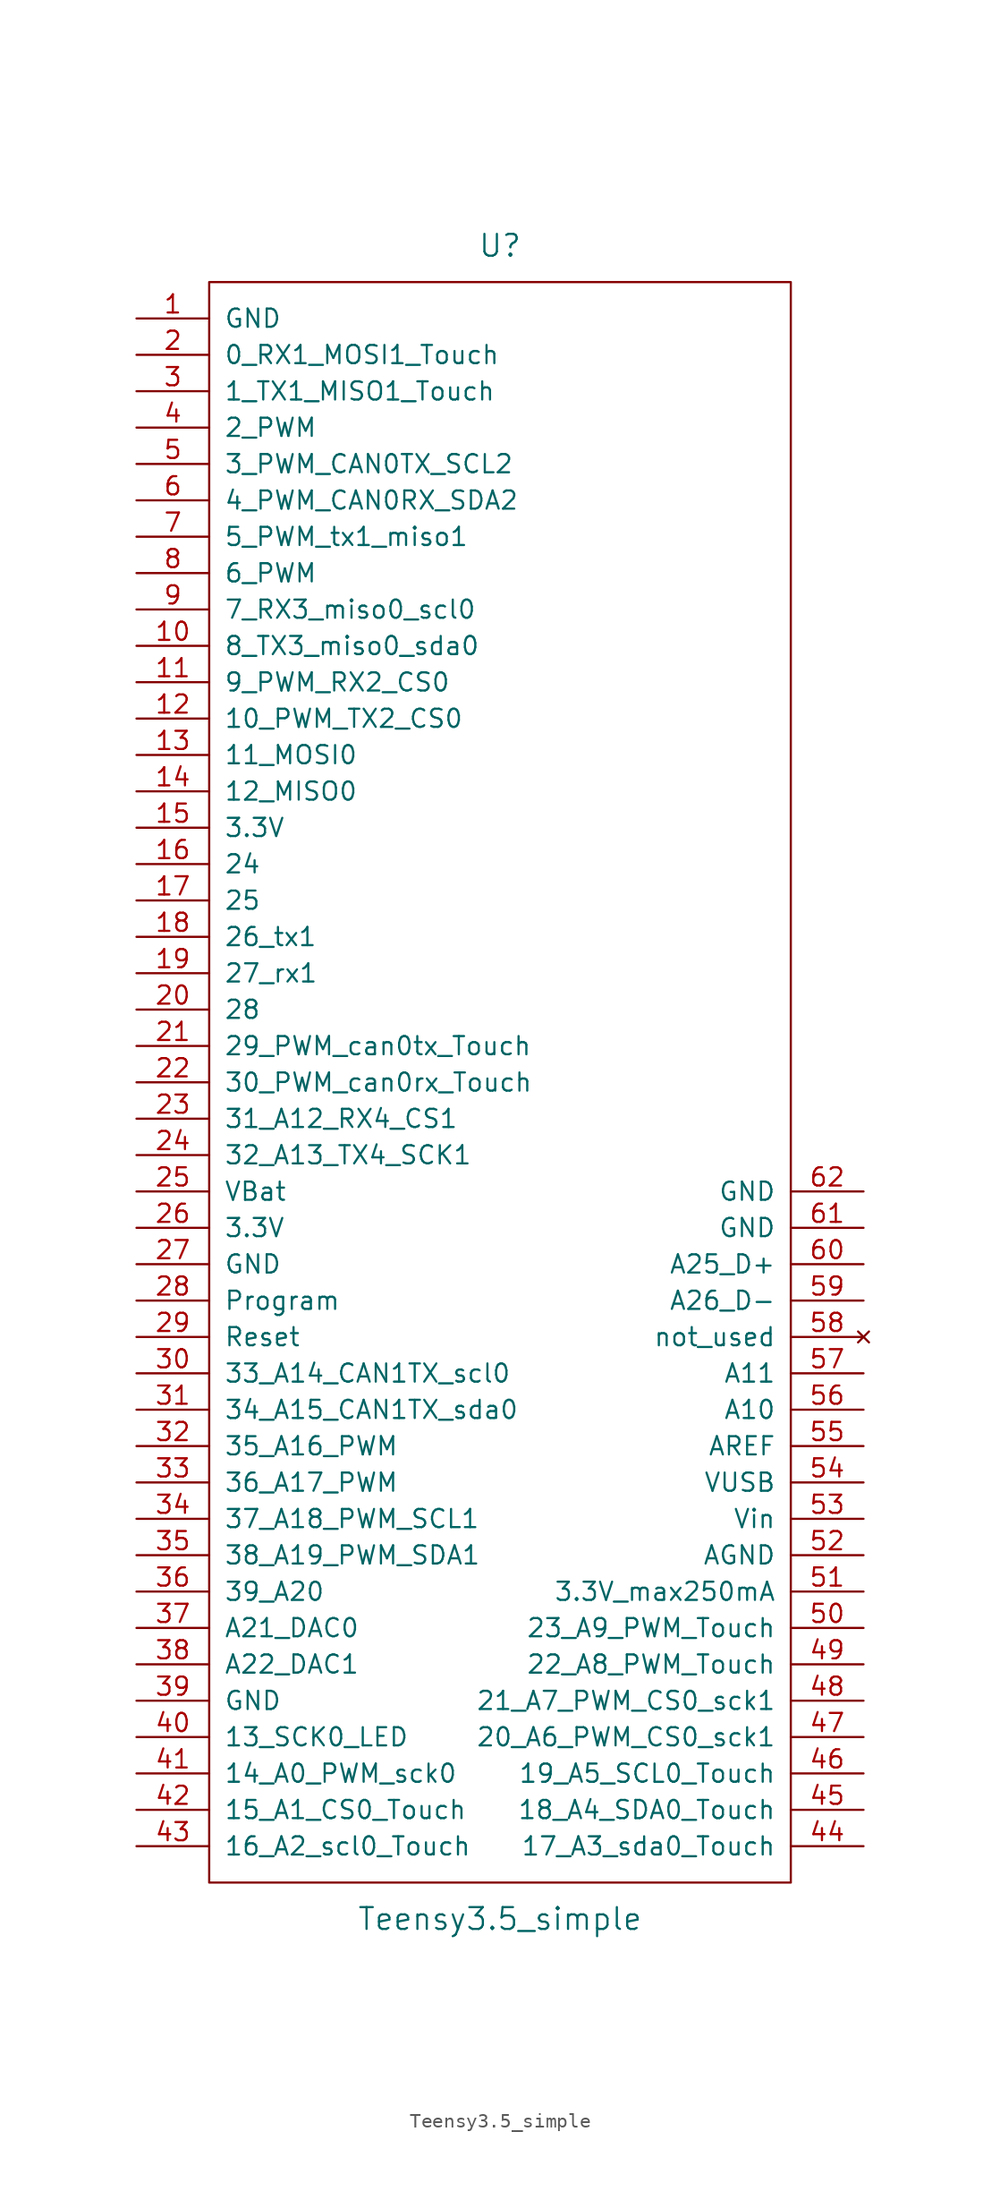
<source format=kicad_sym>
(kicad_symbol_lib
  (version 20231120)
  (generator "kicad_symbol_editor")
  (generator_version "8.0")
  (symbol "Teensy3.5_simple"
    (pin_names
      (offset 1.016))
    (property "Reference" "U"
      (at 0 58.42 0)
      (effects (font (size 1.524 1.524))))
    (property "Value" "Teensy3.5_simple"
      (at 0 -58.42 0)
      (effects (font (size 1.524 1.524))))
    (property "Footprint" ""
      (at 0 0 0)
      (effects (font (size 1.524 1.524))))
    (property "Datasheet" ""
      (at 0 0 0)
      (effects (font (size 1.524 1.524))))
    (symbol "Teensy3.5_simple_0_1"
      (rectangle (start -20.32 55.88) (end 20.32 -55.88) (stroke (width 0) (type default)) (fill (type none))))
    (symbol "Teensy3.5_simple_1_1"
      (pin power_in line (at -25.4 53.34 0) (length 5.08) (name "GND" (effects (font (size 1.27 1.27)))) (number "1" (effects (font (size 1.27 1.27)))))
      (pin bidirectional line (at -25.4 30.48 0) (length 5.08) (name "8_TX3_miso0_sda0" (effects (font (size 1.27 1.27)))) (number "10" (effects (font (size 1.27 1.27)))))
      (pin bidirectional line (at -25.4 27.94 0) (length 5.08) (name "9_PWM_RX2_CS0" (effects (font (size 1.27 1.27)))) (number "11" (effects (font (size 1.27 1.27)))))
      (pin bidirectional line (at -25.4 25.4 0) (length 5.08) (name "10_PWM_TX2_CS0" (effects (font (size 1.27 1.27)))) (number "12" (effects (font (size 1.27 1.27)))))
      (pin bidirectional line (at -25.4 22.86 0) (length 5.08) (name "11_MOSI0" (effects (font (size 1.27 1.27)))) (number "13" (effects (font (size 1.27 1.27)))))
      (pin bidirectional line (at -25.4 20.32 0) (length 5.08) (name "12_MISO0" (effects (font (size 1.27 1.27)))) (number "14" (effects (font (size 1.27 1.27)))))
      (pin power_in line (at -25.4 17.78 0) (length 5.08) (name "3.3V" (effects (font (size 1.27 1.27)))) (number "15" (effects (font (size 1.27 1.27)))))
      (pin bidirectional line (at -25.4 15.24 0) (length 5.08) (name "24" (effects (font (size 1.27 1.27)))) (number "16" (effects (font (size 1.27 1.27)))))
      (pin bidirectional line (at -25.4 12.7 0) (length 5.08) (name "25" (effects (font (size 1.27 1.27)))) (number "17" (effects (font (size 1.27 1.27)))))
      (pin bidirectional line (at -25.4 10.16 0) (length 5.08) (name "26_tx1" (effects (font (size 1.27 1.27)))) (number "18" (effects (font (size 1.27 1.27)))))
      (pin bidirectional line (at -25.4 7.62 0) (length 5.08) (name "27_rx1" (effects (font (size 1.27 1.27)))) (number "19" (effects (font (size 1.27 1.27)))))
      (pin bidirectional line (at -25.4 50.8 0) (length 5.08) (name "0_RX1_MOSI1_Touch" (effects (font (size 1.27 1.27)))) (number "2" (effects (font (size 1.27 1.27)))))
      (pin bidirectional line (at -25.4 5.08 0) (length 5.08) (name "28" (effects (font (size 1.27 1.27)))) (number "20" (effects (font (size 1.27 1.27)))))
      (pin bidirectional line (at -25.4 2.54 0) (length 5.08) (name "29_PWM_can0tx_Touch" (effects (font (size 1.27 1.27)))) (number "21" (effects (font (size 1.27 1.27)))))
      (pin bidirectional line (at -25.4 0 0) (length 5.08) (name "30_PWM_can0rx_Touch" (effects (font (size 1.27 1.27)))) (number "22" (effects (font (size 1.27 1.27)))))
      (pin bidirectional line (at -25.4 -2.54 0) (length 5.08) (name "31_A12_RX4_CS1" (effects (font (size 1.27 1.27)))) (number "23" (effects (font (size 1.27 1.27)))))
      (pin bidirectional line (at -25.4 -5.08 0) (length 5.08) (name "32_A13_TX4_SCK1" (effects (font (size 1.27 1.27)))) (number "24" (effects (font (size 1.27 1.27)))))
      (pin power_in line (at -25.4 -7.62 0) (length 5.08) (name "VBat" (effects (font (size 1.27 1.27)))) (number "25" (effects (font (size 1.27 1.27)))))
      (pin power_in line (at -25.4 -10.16 0) (length 5.08) (name "3.3V" (effects (font (size 1.27 1.27)))) (number "26" (effects (font (size 1.27 1.27)))))
      (pin power_in line (at -25.4 -12.7 0) (length 5.08) (name "GND" (effects (font (size 1.27 1.27)))) (number "27" (effects (font (size 1.27 1.27)))))
      (pin bidirectional line (at -25.4 -15.24 0) (length 5.08) (name "Program" (effects (font (size 1.27 1.27)))) (number "28" (effects (font (size 1.27 1.27)))))
      (pin bidirectional line (at -25.4 -17.78 0) (length 5.08) (name "Reset" (effects (font (size 1.27 1.27)))) (number "29" (effects (font (size 1.27 1.27)))))
      (pin bidirectional line (at -25.4 48.26 0) (length 5.08) (name "1_TX1_MISO1_Touch" (effects (font (size 1.27 1.27)))) (number "3" (effects (font (size 1.27 1.27)))))
      (pin bidirectional line (at -25.4 -20.32 0) (length 5.08) (name "33_A14_CAN1TX_scl0" (effects (font (size 1.27 1.27)))) (number "30" (effects (font (size 1.27 1.27)))))
      (pin bidirectional line (at -25.4 -22.86 0) (length 5.08) (name "34_A15_CAN1TX_sda0" (effects (font (size 1.27 1.27)))) (number "31" (effects (font (size 1.27 1.27)))))
      (pin bidirectional line (at -25.4 -25.4 0) (length 5.08) (name "35_A16_PWM" (effects (font (size 1.27 1.27)))) (number "32" (effects (font (size 1.27 1.27)))))
      (pin bidirectional line (at -25.4 -27.94 0) (length 5.08) (name "36_A17_PWM" (effects (font (size 1.27 1.27)))) (number "33" (effects (font (size 1.27 1.27)))))
      (pin bidirectional line (at -25.4 -30.48 0) (length 5.08) (name "37_A18_PWM_SCL1" (effects (font (size 1.27 1.27)))) (number "34" (effects (font (size 1.27 1.27)))))
      (pin bidirectional line (at -25.4 -33.02 0) (length 5.08) (name "38_A19_PWM_SDA1" (effects (font (size 1.27 1.27)))) (number "35" (effects (font (size 1.27 1.27)))))
      (pin bidirectional line (at -25.4 -35.56 0) (length 5.08) (name "39_A20" (effects (font (size 1.27 1.27)))) (number "36" (effects (font (size 1.27 1.27)))))
      (pin bidirectional line (at -25.4 -38.1 0) (length 5.08) (name "A21_DAC0" (effects (font (size 1.27 1.27)))) (number "37" (effects (font (size 1.27 1.27)))))
      (pin bidirectional line (at -25.4 -40.64 0) (length 5.08) (name "A22_DAC1" (effects (font (size 1.27 1.27)))) (number "38" (effects (font (size 1.27 1.27)))))
      (pin power_in line (at -25.4 -43.18 0) (length 5.08) (name "GND" (effects (font (size 1.27 1.27)))) (number "39" (effects (font (size 1.27 1.27)))))
      (pin bidirectional line (at -25.4 45.72 0) (length 5.08) (name "2_PWM" (effects (font (size 1.27 1.27)))) (number "4" (effects (font (size 1.27 1.27)))))
      (pin bidirectional line (at -25.4 -45.72 0) (length 5.08) (name "13_SCK0_LED" (effects (font (size 1.27 1.27)))) (number "40" (effects (font (size 1.27 1.27)))))
      (pin bidirectional line (at -25.4 -48.26 0) (length 5.08) (name "14_A0_PWM_sck0" (effects (font (size 1.27 1.27)))) (number "41" (effects (font (size 1.27 1.27)))))
      (pin bidirectional line (at -25.4 -50.8 0) (length 5.08) (name "15_A1_CS0_Touch" (effects (font (size 1.27 1.27)))) (number "42" (effects (font (size 1.27 1.27)))))
      (pin bidirectional line (at -25.4 -53.34 0) (length 5.08) (name "16_A2_scl0_Touch" (effects (font (size 1.27 1.27)))) (number "43" (effects (font (size 1.27 1.27)))))
      (pin bidirectional line (at 25.4 -53.34 180) (length 5.08) (name "17_A3_sda0_Touch" (effects (font (size 1.27 1.27)))) (number "44" (effects (font (size 1.27 1.27)))))
      (pin bidirectional line (at 25.4 -50.8 180) (length 5.08) (name "18_A4_SDA0_Touch" (effects (font (size 1.27 1.27)))) (number "45" (effects (font (size 1.27 1.27)))))
      (pin bidirectional line (at 25.4 -48.26 180) (length 5.08) (name "19_A5_SCL0_Touch" (effects (font (size 1.27 1.27)))) (number "46" (effects (font (size 1.27 1.27)))))
      (pin bidirectional line (at 25.4 -45.72 180) (length 5.08) (name "20_A6_PWM_CS0_sck1" (effects (font (size 1.27 1.27)))) (number "47" (effects (font (size 1.27 1.27)))))
      (pin bidirectional line (at 25.4 -43.18 180) (length 5.08) (name "21_A7_PWM_CS0_sck1" (effects (font (size 1.27 1.27)))) (number "48" (effects (font (size 1.27 1.27)))))
      (pin bidirectional line (at 25.4 -40.64 180) (length 5.08) (name "22_A8_PWM_Touch" (effects (font (size 1.27 1.27)))) (number "49" (effects (font (size 1.27 1.27)))))
      (pin bidirectional line (at -25.4 43.18 0) (length 5.08) (name "3_PWM_CAN0TX_SCL2" (effects (font (size 1.27 1.27)))) (number "5" (effects (font (size 1.27 1.27)))))
      (pin bidirectional line (at 25.4 -38.1 180) (length 5.08) (name "23_A9_PWM_Touch" (effects (font (size 1.27 1.27)))) (number "50" (effects (font (size 1.27 1.27)))))
      (pin power_out line (at 25.4 -35.56 180) (length 5.08) (name "3.3V_max250mA" (effects (font (size 1.27 1.27)))) (number "51" (effects (font (size 1.27 1.27)))))
      (pin power_in line (at 25.4 -33.02 180) (length 5.08) (name "AGND" (effects (font (size 1.27 1.27)))) (number "52" (effects (font (size 1.27 1.27)))))
      (pin power_in line (at 25.4 -30.48 180) (length 5.08) (name "Vin" (effects (font (size 1.27 1.27)))) (number "53" (effects (font (size 1.27 1.27)))))
      (pin power_in line (at 25.4 -27.94 180) (length 5.08) (name "VUSB" (effects (font (size 1.27 1.27)))) (number "54" (effects (font (size 1.27 1.27)))))
      (pin bidirectional line (at 25.4 -25.4 180) (length 5.08) (name "AREF" (effects (font (size 1.27 1.27)))) (number "55" (effects (font (size 1.27 1.27)))))
      (pin bidirectional line (at 25.4 -22.86 180) (length 5.08) (name "A10" (effects (font (size 1.27 1.27)))) (number "56" (effects (font (size 1.27 1.27)))))
      (pin bidirectional line (at 25.4 -20.32 180) (length 5.08) (name "A11" (effects (font (size 1.27 1.27)))) (number "57" (effects (font (size 1.27 1.27)))))
      (pin no_connect line (at 25.4 -17.78 180) (length 5.08) (name "not_used" (effects (font (size 1.27 1.27)))) (number "58" (effects (font (size 1.27 1.27)))))
      (pin bidirectional line (at 25.4 -15.24 180) (length 5.08) (name "A26_D-" (effects (font (size 1.27 1.27)))) (number "59" (effects (font (size 1.27 1.27)))))
      (pin bidirectional line (at -25.4 40.64 0) (length 5.08) (name "4_PWM_CAN0RX_SDA2" (effects (font (size 1.27 1.27)))) (number "6" (effects (font (size 1.27 1.27)))))
      (pin bidirectional line (at 25.4 -12.7 180) (length 5.08) (name "A25_D+" (effects (font (size 1.27 1.27)))) (number "60" (effects (font (size 1.27 1.27)))))
      (pin power_in line (at 25.4 -10.16 180) (length 5.08) (name "GND" (effects (font (size 1.27 1.27)))) (number "61" (effects (font (size 1.27 1.27)))))
      (pin power_in line (at 25.4 -7.62 180) (length 5.08) (name "GND" (effects (font (size 1.27 1.27)))) (number "62" (effects (font (size 1.27 1.27)))))
      (pin bidirectional line (at -25.4 38.1 0) (length 5.08) (name "5_PWM_tx1_miso1" (effects (font (size 1.27 1.27)))) (number "7" (effects (font (size 1.27 1.27)))))
      (pin bidirectional line (at -25.4 35.56 0) (length 5.08) (name "6_PWM" (effects (font (size 1.27 1.27)))) (number "8" (effects (font (size 1.27 1.27)))))
      (pin bidirectional line (at -25.4 33.02 0) (length 5.08) (name "7_RX3_miso0_scl0" (effects (font (size 1.27 1.27)))) (number "9" (effects (font (size 1.27 1.27))))))))
</source>
